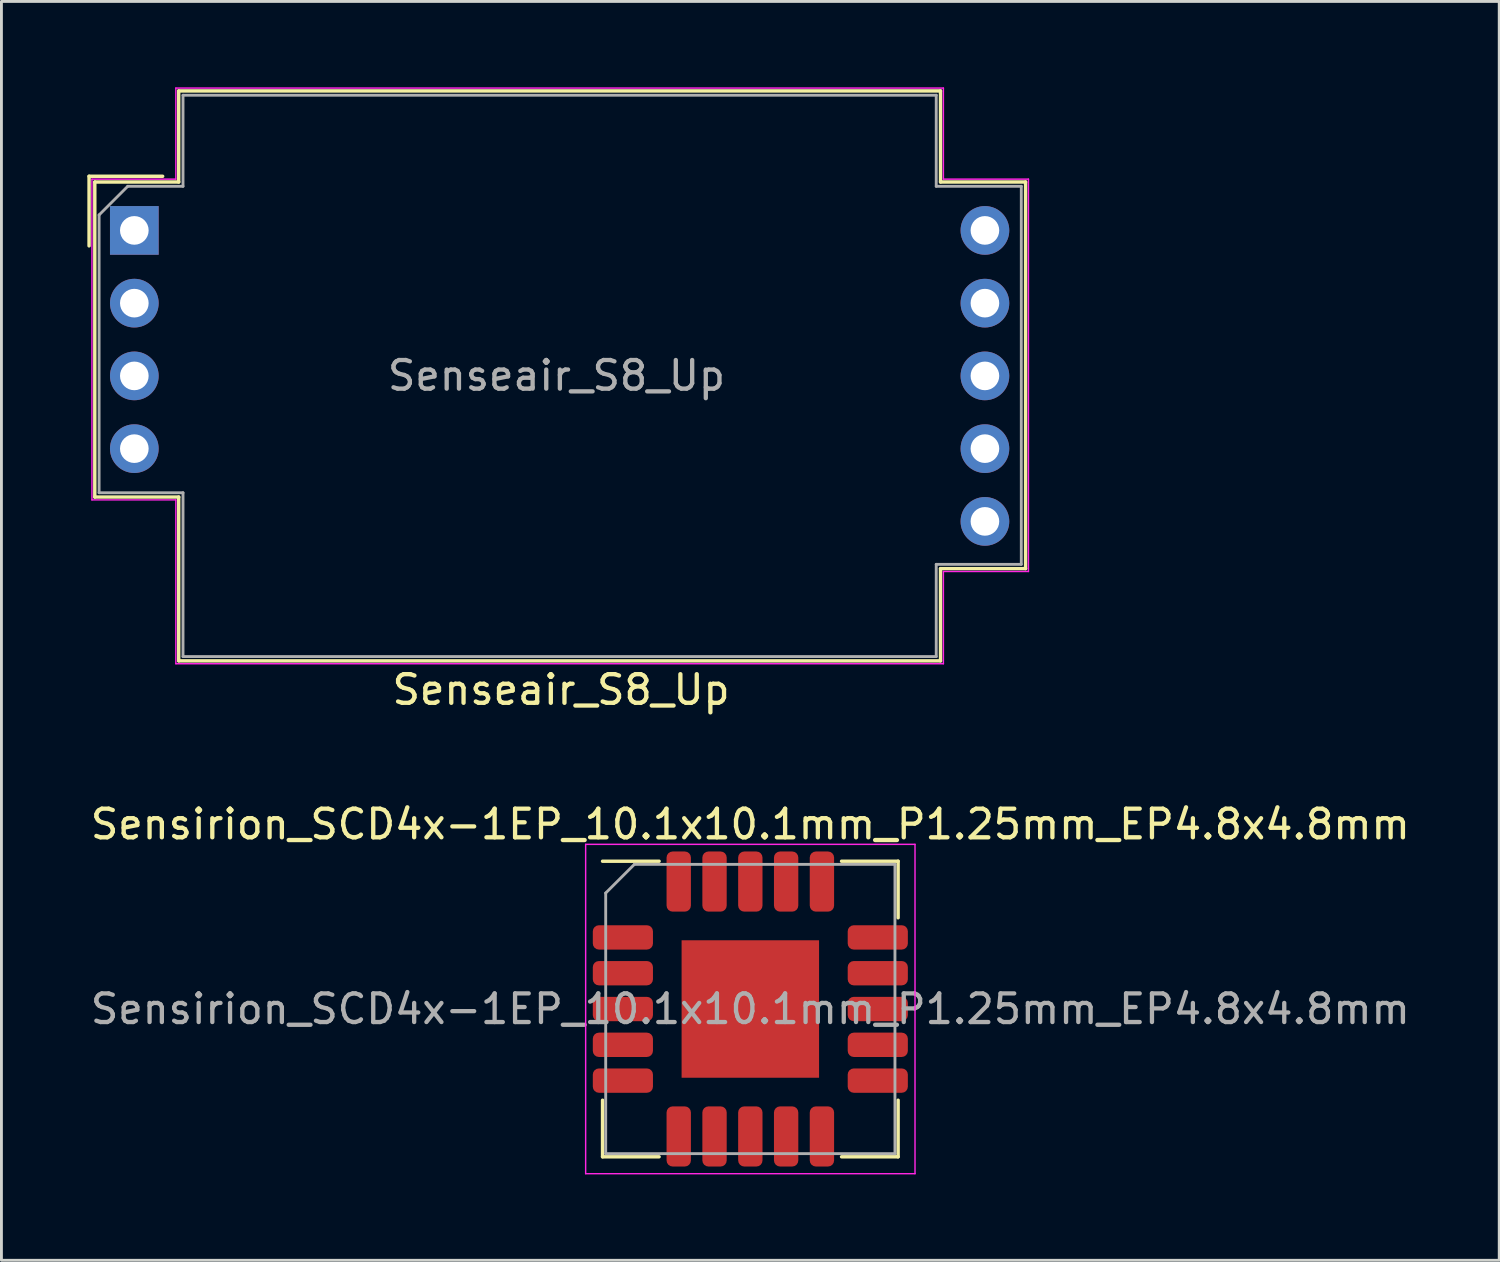
<source format=kicad_pcb>
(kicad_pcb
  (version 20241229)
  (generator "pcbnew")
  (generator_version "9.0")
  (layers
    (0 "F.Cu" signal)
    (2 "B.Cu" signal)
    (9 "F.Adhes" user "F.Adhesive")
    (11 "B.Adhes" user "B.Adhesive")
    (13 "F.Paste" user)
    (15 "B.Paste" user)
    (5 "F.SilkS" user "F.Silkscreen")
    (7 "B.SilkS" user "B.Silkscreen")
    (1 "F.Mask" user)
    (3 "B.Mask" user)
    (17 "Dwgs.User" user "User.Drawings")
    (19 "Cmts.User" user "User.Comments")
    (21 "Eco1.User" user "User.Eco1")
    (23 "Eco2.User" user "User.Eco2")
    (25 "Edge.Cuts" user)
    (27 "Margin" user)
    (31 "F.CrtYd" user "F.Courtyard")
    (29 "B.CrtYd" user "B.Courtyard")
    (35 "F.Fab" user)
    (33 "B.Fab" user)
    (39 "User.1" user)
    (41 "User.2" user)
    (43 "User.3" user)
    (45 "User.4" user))
  (footprint "Senseair_S8_Up"
    (layer "F.Cu")
    (at 1.64 4.995)
    (property "Reference" "Senseair_S8_Up" (at 14.9 16.04 0) (layer "F.SilkS") (effects (font (size 1 1) (thickness 0.15))))
    (attr through_hole)
    (fp_line (start -1.58 -1.89) (end 0.99 -1.89) (stroke (width 0.12) (type solid)) (layer "F.SilkS"))
    (fp_line (start -1.58 0.54) (end -1.58 -1.89) (stroke (width 0.12) (type solid)) (layer "F.SilkS"))
    (fp_line (start -1.38 9.31) (end -1.38 -1.69) (stroke (width 0.12) (type solid)) (layer "F.SilkS"))
    (fp_line (start 1.55 -4.87) (end 1.55 -1.69) (stroke (width 0.12) (type solid)) (layer "F.SilkS"))
    (fp_line (start 1.55 -4.87) (end 28.15 -4.87) (stroke (width 0.12) (type solid)) (layer "F.SilkS"))
    (fp_line (start 1.55 -1.69) (end -1.38 -1.69) (stroke (width 0.12) (type solid)) (layer "F.SilkS"))
    (fp_line (start 1.55 9.31) (end -1.38 9.31) (stroke (width 0.12) (type solid)) (layer "F.SilkS"))
    (fp_line (start 1.55 9.31) (end 1.55 15.03) (stroke (width 0.12) (type solid)) (layer "F.SilkS"))
    (fp_line (start 28.15 -1.69) (end 28.15 -4.87) (stroke (width 0.12) (type solid)) (layer "F.SilkS"))
    (fp_line (start 28.15 15.03) (end 1.55 15.03) (stroke (width 0.12) (type solid)) (layer "F.SilkS"))
    (fp_line (start 28.15 15.03) (end 28.15 11.81) (stroke (width 0.12) (type solid)) (layer "F.SilkS"))
    (fp_line (start 31.12 -1.69) (end 28.15 -1.69) (stroke (width 0.12) (type solid)) (layer "F.SilkS"))
    (fp_line (start 31.12 11.81) (end 28.15 11.81) (stroke (width 0.12) (type solid)) (layer "F.SilkS"))
    (fp_line (start 31.12 11.81) (end 31.12 -1.69) (stroke (width 0.12) (type solid)) (layer "F.SilkS"))
    (fp_line (start -1.48 9.41) (end -1.48 -1.79) (stroke (width 0.05) (type solid)) (layer "F.CrtYd"))
    (fp_line (start 1.45 -4.97) (end 1.45 -1.79) (stroke (width 0.05) (type solid)) (layer "F.CrtYd"))
    (fp_line (start 1.45 -4.97) (end 28.25 -4.97) (stroke (width 0.05) (type solid)) (layer "F.CrtYd"))
    (fp_line (start 1.45 -1.79) (end -1.48 -1.79) (stroke (width 0.05) (type solid)) (layer "F.CrtYd"))
    (fp_line (start 1.45 9.41) (end -1.48 9.41) (stroke (width 0.05) (type solid)) (layer "F.CrtYd"))
    (fp_line (start 1.45 9.41) (end 1.45 15.13) (stroke (width 0.05) (type solid)) (layer "F.CrtYd"))
    (fp_line (start 28.25 -1.79) (end 28.25 -4.97) (stroke (width 0.05) (type solid)) (layer "F.CrtYd"))
    (fp_line (start 28.25 15.13) (end 1.45 15.13) (stroke (width 0.05) (type solid)) (layer "F.CrtYd"))
    (fp_line (start 28.25 15.13) (end 28.25 11.91) (stroke (width 0.05) (type solid)) (layer "F.CrtYd"))
    (fp_line (start 31.22 -1.79) (end 28.25 -1.79) (stroke (width 0.05) (type solid)) (layer "F.CrtYd"))
    (fp_line (start 31.22 11.91) (end 28.25 11.91) (stroke (width 0.05) (type solid)) (layer "F.CrtYd"))
    (fp_line (start 31.22 11.91) (end 31.22 -1.79) (stroke (width 0.05) (type solid)) (layer "F.CrtYd"))
    (fp_line (start -1.23 -0.54) (end -0.23 -1.54) (stroke (width 0.1) (type solid)) (layer "F.Fab"))
    (fp_line (start -1.23 9.16) (end -1.23 -0.54) (stroke (width 0.1) (type solid)) (layer "F.Fab"))
    (fp_line (start 1.7 -4.72) (end 1.7 -1.54) (stroke (width 0.1) (type solid)) (layer "F.Fab"))
    (fp_line (start 1.7 -4.72) (end 28 -4.72) (stroke (width 0.1) (type solid)) (layer "F.Fab"))
    (fp_line (start 1.7 -1.54) (end -0.23 -1.54) (stroke (width 0.1) (type solid)) (layer "F.Fab"))
    (fp_line (start 1.7 9.16) (end -1.23 9.16) (stroke (width 0.1) (type solid)) (layer "F.Fab"))
    (fp_line (start 1.7 9.16) (end 1.7 14.88) (stroke (width 0.1) (type solid)) (layer "F.Fab"))
    (fp_line (start 28 -1.54) (end 28 -4.72) (stroke (width 0.1) (type solid)) (layer "F.Fab"))
    (fp_line (start 28 14.88) (end 1.7 14.88) (stroke (width 0.1) (type solid)) (layer "F.Fab"))
    (fp_line (start 28 14.88) (end 28 11.66) (stroke (width 0.1) (type solid)) (layer "F.Fab"))
    (fp_line (start 30.97 -1.54) (end 28 -1.54) (stroke (width 0.1) (type solid)) (layer "F.Fab"))
    (fp_line (start 30.97 11.66) (end 28 11.66) (stroke (width 0.1) (type solid)) (layer "F.Fab"))
    (fp_line (start 30.97 11.66) (end 30.97 -1.54) (stroke (width 0.1) (type solid)) (layer "F.Fab"))
    (fp_text user "${REFERENCE}" (at 14.74 5.07 180) (layer "F.Fab") (effects (font (size 1 1) (thickness 0.15))))
    (pad "1" thru_hole rect (at 0 0 180) (size 1.7 1.7) (drill 1) (layers "*.Cu" "*.Mask"))
    (pad "2" thru_hole circle (at 0 2.54 180) (size 1.7 1.7) (drill 1) (layers "*.Cu" "*.Mask"))
    (pad "3" thru_hole circle (at 0 5.08 180) (size 1.7 1.7) (drill 1) (layers "*.Cu" "*.Mask"))
    (pad "4" thru_hole circle (at 0 7.62 180) (size 1.7 1.7) (drill 1) (layers "*.Cu" "*.Mask"))
    (pad "5" thru_hole circle (at 29.7 10.16 180) (size 1.7 1.7) (drill 1) (layers "*.Cu" "*.Mask"))
    (pad "6" thru_hole circle (at 29.7 7.62 180) (size 1.7 1.7) (drill 1) (layers "*.Cu" "*.Mask"))
    (pad "7" thru_hole circle (at 29.7 5.08 180) (size 1.7 1.7) (drill 1) (layers "*.Cu" "*.Mask"))
    (pad "8" thru_hole circle (at 29.7 2.54 180) (size 1.7 1.7) (drill 1) (layers "*.Cu" "*.Mask"))
    (pad "9" thru_hole circle (at 29.7 0 180) (size 1.7 1.7) (drill 1) (layers "*.Cu" "*.Mask")))
  (footprint "Sensirion_SCD4x-1EP_10.1x10.1mm_P1.25mm_EP4.8x4.8mm"
    (layer "F.Cu")
    (at 23.149 32.181)
    (property "Reference" "Sensirion_SCD4x-1EP_10.1x10.1mm_P1.25mm_EP4.8x4.8mm" (at 0 -6.45 0) (layer "F.SilkS") (effects (font (size 1 1) (thickness 0.15))))
    (attr smd)
    (fp_line (start -5.16 5.16) (end -5.16 3.185) (stroke (width 0.12) (type solid)) (layer "F.SilkS"))
    (fp_line (start -3.185 -5.16) (end -5.16 -5.16) (stroke (width 0.12) (type solid)) (layer "F.SilkS"))
    (fp_line (start -3.185 5.16) (end -5.16 5.16) (stroke (width 0.12) (type solid)) (layer "F.SilkS"))
    (fp_line (start 3.185 -5.16) (end 5.16 -5.16) (stroke (width 0.12) (type solid)) (layer "F.SilkS"))
    (fp_line (start 3.185 5.16) (end 5.16 5.16) (stroke (width 0.12) (type solid)) (layer "F.SilkS"))
    (fp_line (start 5.16 -5.16) (end 5.16 -3.185) (stroke (width 0.12) (type solid)) (layer "F.SilkS"))
    (fp_line (start 5.16 5.16) (end 5.16 3.185) (stroke (width 0.12) (type solid)) (layer "F.SilkS"))
    (fp_line (start -5.75 -5.75) (end -5.75 5.75) (stroke (width 0.05) (type solid)) (layer "F.CrtYd"))
    (fp_line (start -5.75 5.75) (end 5.75 5.75) (stroke (width 0.05) (type solid)) (layer "F.CrtYd"))
    (fp_line (start 5.75 -5.75) (end -5.75 -5.75) (stroke (width 0.05) (type solid)) (layer "F.CrtYd"))
    (fp_line (start 5.75 5.75) (end 5.75 -5.75) (stroke (width 0.05) (type solid)) (layer "F.CrtYd"))
    (fp_line (start -5.05 -4.05) (end -4.05 -5.05) (stroke (width 0.1) (type solid)) (layer "F.Fab"))
    (fp_line (start -5.05 5.05) (end -5.05 -4.05) (stroke (width 0.1) (type solid)) (layer "F.Fab"))
    (fp_line (start -4.05 -5.05) (end 5.05 -5.05) (stroke (width 0.1) (type solid)) (layer "F.Fab"))
    (fp_line (start 5.05 -5.05) (end 5.05 5.05) (stroke (width 0.1) (type solid)) (layer "F.Fab"))
    (fp_line (start 5.05 5.05) (end -5.05 5.05) (stroke (width 0.1) (type solid)) (layer "F.Fab"))
    (fp_text user "${REFERENCE}" (at 0 0 0) (layer "F.Fab") (effects (font (size 1 1) (thickness 0.15))))
    (pad "" smd roundrect (at -1.2 -1.2) (size 1.93 1.93) (layers "F.Paste") (roundrect_rratio 0.13))
    (pad "" smd roundrect (at -1.2 1.2) (size 1.93 1.93) (layers "F.Paste") (roundrect_rratio 0.13))
    (pad "" smd roundrect (at 1.2 -1.2) (size 1.93 1.93) (layers "F.Paste") (roundrect_rratio 0.13))
    (pad "" smd roundrect (at 1.2 1.2) (size 1.93 1.93) (layers "F.Paste") (roundrect_rratio 0.13))
    (pad "1" smd roundrect (at -4.45 -2.5) (size 2.1 0.85) (layers "F.Cu" "F.Mask" "F.Paste") (roundrect_rratio 0.25))
    (pad "2" smd roundrect (at -4.45 -1.25) (size 2.1 0.85) (layers "F.Cu" "F.Mask" "F.Paste") (roundrect_rratio 0.25))
    (pad "3" smd roundrect (at -4.45 0) (size 2.1 0.85) (layers "F.Cu" "F.Mask" "F.Paste") (roundrect_rratio 0.25))
    (pad "4" smd roundrect (at -4.45 1.25) (size 2.1 0.85) (layers "F.Cu" "F.Mask" "F.Paste") (roundrect_rratio 0.25))
    (pad "5" smd roundrect (at -4.45 2.5) (size 2.1 0.85) (layers "F.Cu" "F.Mask" "F.Paste") (roundrect_rratio 0.25))
    (pad "6" smd roundrect (at -2.5 4.45) (size 0.85 2.1) (layers "F.Cu" "F.Mask" "F.Paste") (roundrect_rratio 0.25))
    (pad "7" smd roundrect (at -1.25 4.45) (size 0.85 2.1) (layers "F.Cu" "F.Mask" "F.Paste") (roundrect_rratio 0.25))
    (pad "8" smd roundrect (at 0 4.45) (size 0.85 2.1) (layers "F.Cu" "F.Mask" "F.Paste") (roundrect_rratio 0.25))
    (pad "9" smd roundrect (at 1.25 4.45) (size 0.85 2.1) (layers "F.Cu" "F.Mask" "F.Paste") (roundrect_rratio 0.25))
    (pad "10" smd roundrect (at 2.5 4.45) (size 0.85 2.1) (layers "F.Cu" "F.Mask" "F.Paste") (roundrect_rratio 0.25))
    (pad "11" smd roundrect (at 4.45 2.5) (size 2.1 0.85) (layers "F.Cu" "F.Mask" "F.Paste") (roundrect_rratio 0.25))
    (pad "12" smd roundrect (at 4.45 1.25) (size 2.1 0.85) (layers "F.Cu" "F.Mask" "F.Paste") (roundrect_rratio 0.25))
    (pad "13" smd roundrect (at 4.45 0) (size 2.1 0.85) (layers "F.Cu" "F.Mask" "F.Paste") (roundrect_rratio 0.25))
    (pad "14" smd roundrect (at 4.45 -1.25) (size 2.1 0.85) (layers "F.Cu" "F.Mask" "F.Paste") (roundrect_rratio 0.25))
    (pad "15" smd roundrect (at 4.45 -2.5) (size 2.1 0.85) (layers "F.Cu" "F.Mask" "F.Paste") (roundrect_rratio 0.25))
    (pad "16" smd roundrect (at 2.5 -4.45) (size 0.85 2.1) (layers "F.Cu" "F.Mask" "F.Paste") (roundrect_rratio 0.25))
    (pad "17" smd roundrect (at 1.25 -4.45) (size 0.85 2.1) (layers "F.Cu" "F.Mask" "F.Paste") (roundrect_rratio 0.25))
    (pad "18" smd roundrect (at 0 -4.45) (size 0.85 2.1) (layers "F.Cu" "F.Mask" "F.Paste") (roundrect_rratio 0.25))
    (pad "19" smd roundrect (at -1.25 -4.45) (size 0.85 2.1) (layers "F.Cu" "F.Mask" "F.Paste") (roundrect_rratio 0.25))
    (pad "20" smd roundrect (at -2.5 -4.45) (size 0.85 2.1) (layers "F.Cu" "F.Mask" "F.Paste") (roundrect_rratio 0.25))
    (pad "21" smd rect (at 0 0) (size 4.8 4.8) (layers "F.Cu" "F.Mask")))
  (gr_rect
    (start -3 -3)
    (end 49.298 40.956)
    (stroke (width 0.1) (type default))
    (fill no)
    (layer "Edge.Cuts")))
</source>
